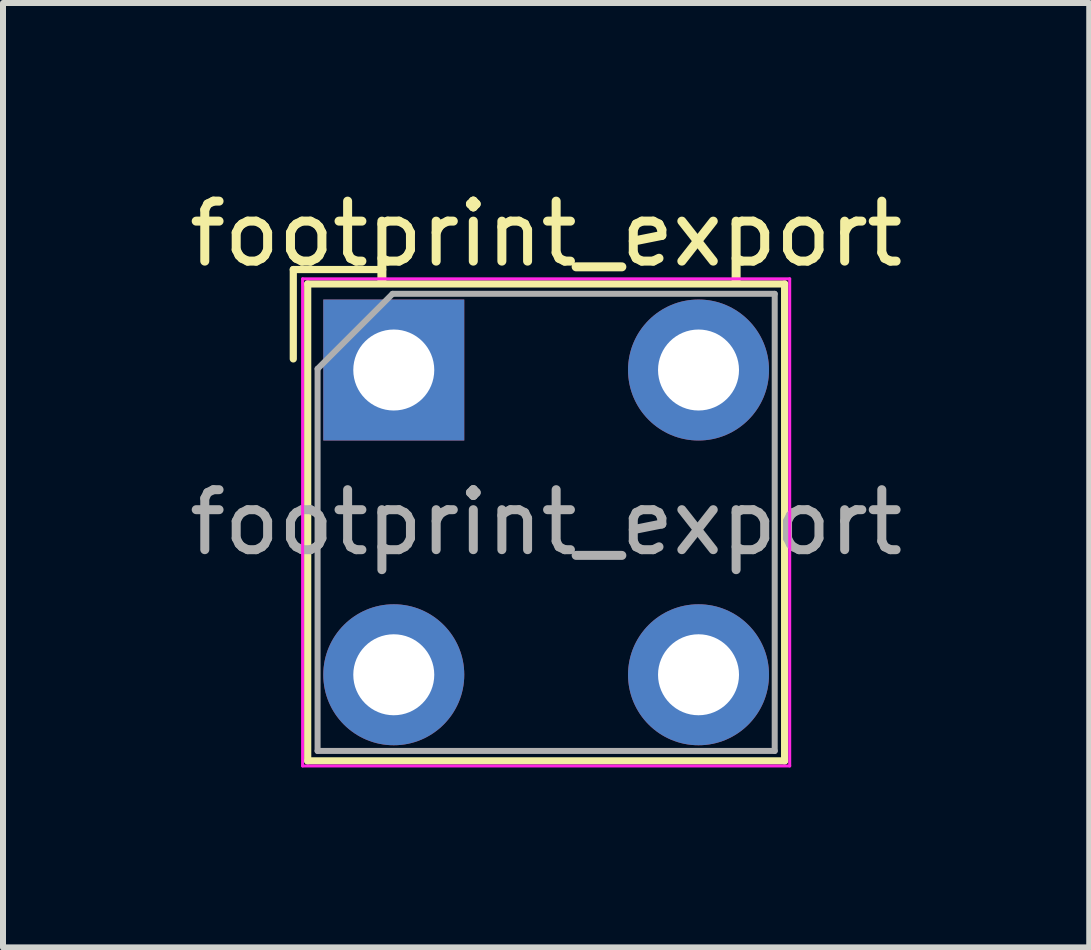
<source format=kicad_pcb>
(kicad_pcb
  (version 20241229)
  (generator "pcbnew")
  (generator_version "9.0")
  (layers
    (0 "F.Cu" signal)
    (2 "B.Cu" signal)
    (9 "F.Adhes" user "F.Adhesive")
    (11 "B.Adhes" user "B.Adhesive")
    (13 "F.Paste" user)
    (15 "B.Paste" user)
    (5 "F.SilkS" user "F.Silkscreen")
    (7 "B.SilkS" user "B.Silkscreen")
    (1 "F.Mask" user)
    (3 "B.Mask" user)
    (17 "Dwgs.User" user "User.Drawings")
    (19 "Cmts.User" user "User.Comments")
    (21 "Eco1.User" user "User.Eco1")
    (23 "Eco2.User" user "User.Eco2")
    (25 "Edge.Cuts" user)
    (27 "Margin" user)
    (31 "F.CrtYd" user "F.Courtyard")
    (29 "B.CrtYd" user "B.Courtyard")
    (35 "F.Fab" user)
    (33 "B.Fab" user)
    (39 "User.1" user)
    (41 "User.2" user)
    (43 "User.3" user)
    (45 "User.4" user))
  (footprint "footprint_export"
    (layer "F.Cu")
    (at 3.514 3.118)
    (property "Reference" "footprint_export" (at 2.54 -2.27 0) (layer "F.SilkS") (effects (font (size 1 1) (thickness 0.15))))
    (attr through_hole)
    (fp_line (start -1.675 -1.675) (end -0.185 -1.675) (stroke (width 0.12) (type solid)) (layer "F.SilkS"))
    (fp_line (start -1.675 -0.185) (end -1.675 -1.675) (stroke (width 0.12) (type solid)) (layer "F.SilkS"))
    (fp_line (start -1.435 -1.435) (end -1.435 6.515) (stroke (width 0.12) (type solid)) (layer "F.SilkS"))
    (fp_line (start -1.435 6.515) (end 6.515 6.515) (stroke (width 0.12) (type solid)) (layer "F.SilkS"))
    (fp_line (start 6.515 -1.435) (end -1.435 -1.435) (stroke (width 0.12) (type solid)) (layer "F.SilkS"))
    (fp_line (start 6.515 6.515) (end 6.515 -1.435) (stroke (width 0.12) (type solid)) (layer "F.SilkS"))
    (fp_line (start -1.52 -1.52) (end -1.52 6.6) (stroke (width 0.05) (type solid)) (layer "F.CrtYd"))
    (fp_line (start -1.52 6.6) (end 6.6 6.6) (stroke (width 0.05) (type solid)) (layer "F.CrtYd"))
    (fp_line (start 6.6 -1.52) (end -1.52 -1.52) (stroke (width 0.05) (type solid)) (layer "F.CrtYd"))
    (fp_line (start 6.6 6.6) (end 6.6 -1.52) (stroke (width 0.05) (type solid)) (layer "F.CrtYd"))
    (fp_line (start -1.27 -0.02) (end -0.02 -1.27) (stroke (width 0.1) (type solid)) (layer "F.Fab"))
    (fp_line (start -1.27 6.35) (end -1.27 -0.02) (stroke (width 0.1) (type solid)) (layer "F.Fab"))
    (fp_line (start -0.02 -1.27) (end 6.35 -1.27) (stroke (width 0.1) (type solid)) (layer "F.Fab"))
    (fp_line (start 6.35 -1.27) (end 6.35 6.35) (stroke (width 0.1) (type solid)) (layer "F.Fab"))
    (fp_line (start 6.35 6.35) (end -1.27 6.35) (stroke (width 0.1) (type solid)) (layer "F.Fab"))
    (fp_text user "${REFERENCE}" (at 2.54 2.54 0) (layer "F.Fab") (effects (font (size 1 1) (thickness 0.15))))
    (pad "1" thru_hole rect (at 0 0) (size 2.35 2.35) (drill 1.35) (layers "*.Cu" "*.Mask"))
    (pad "2" thru_hole circle (at 0 5.08) (size 2.35 2.35) (drill 1.35) (layers "*.Cu" "*.Mask"))
    (pad "3" thru_hole circle (at 5.08 5.08) (size 2.35 2.35) (drill 1.35) (layers "*.Cu" "*.Mask"))
    (pad "4" thru_hole circle (at 5.08 0) (size 2.35 2.35) (drill 1.35) (layers "*.Cu" "*.Mask")))
  (gr_rect
    (start -3 -3)
    (end 15.107 12.743)
    (stroke (width 0.1) (type default))
    (fill no)
    (layer "Edge.Cuts")))
</source>
